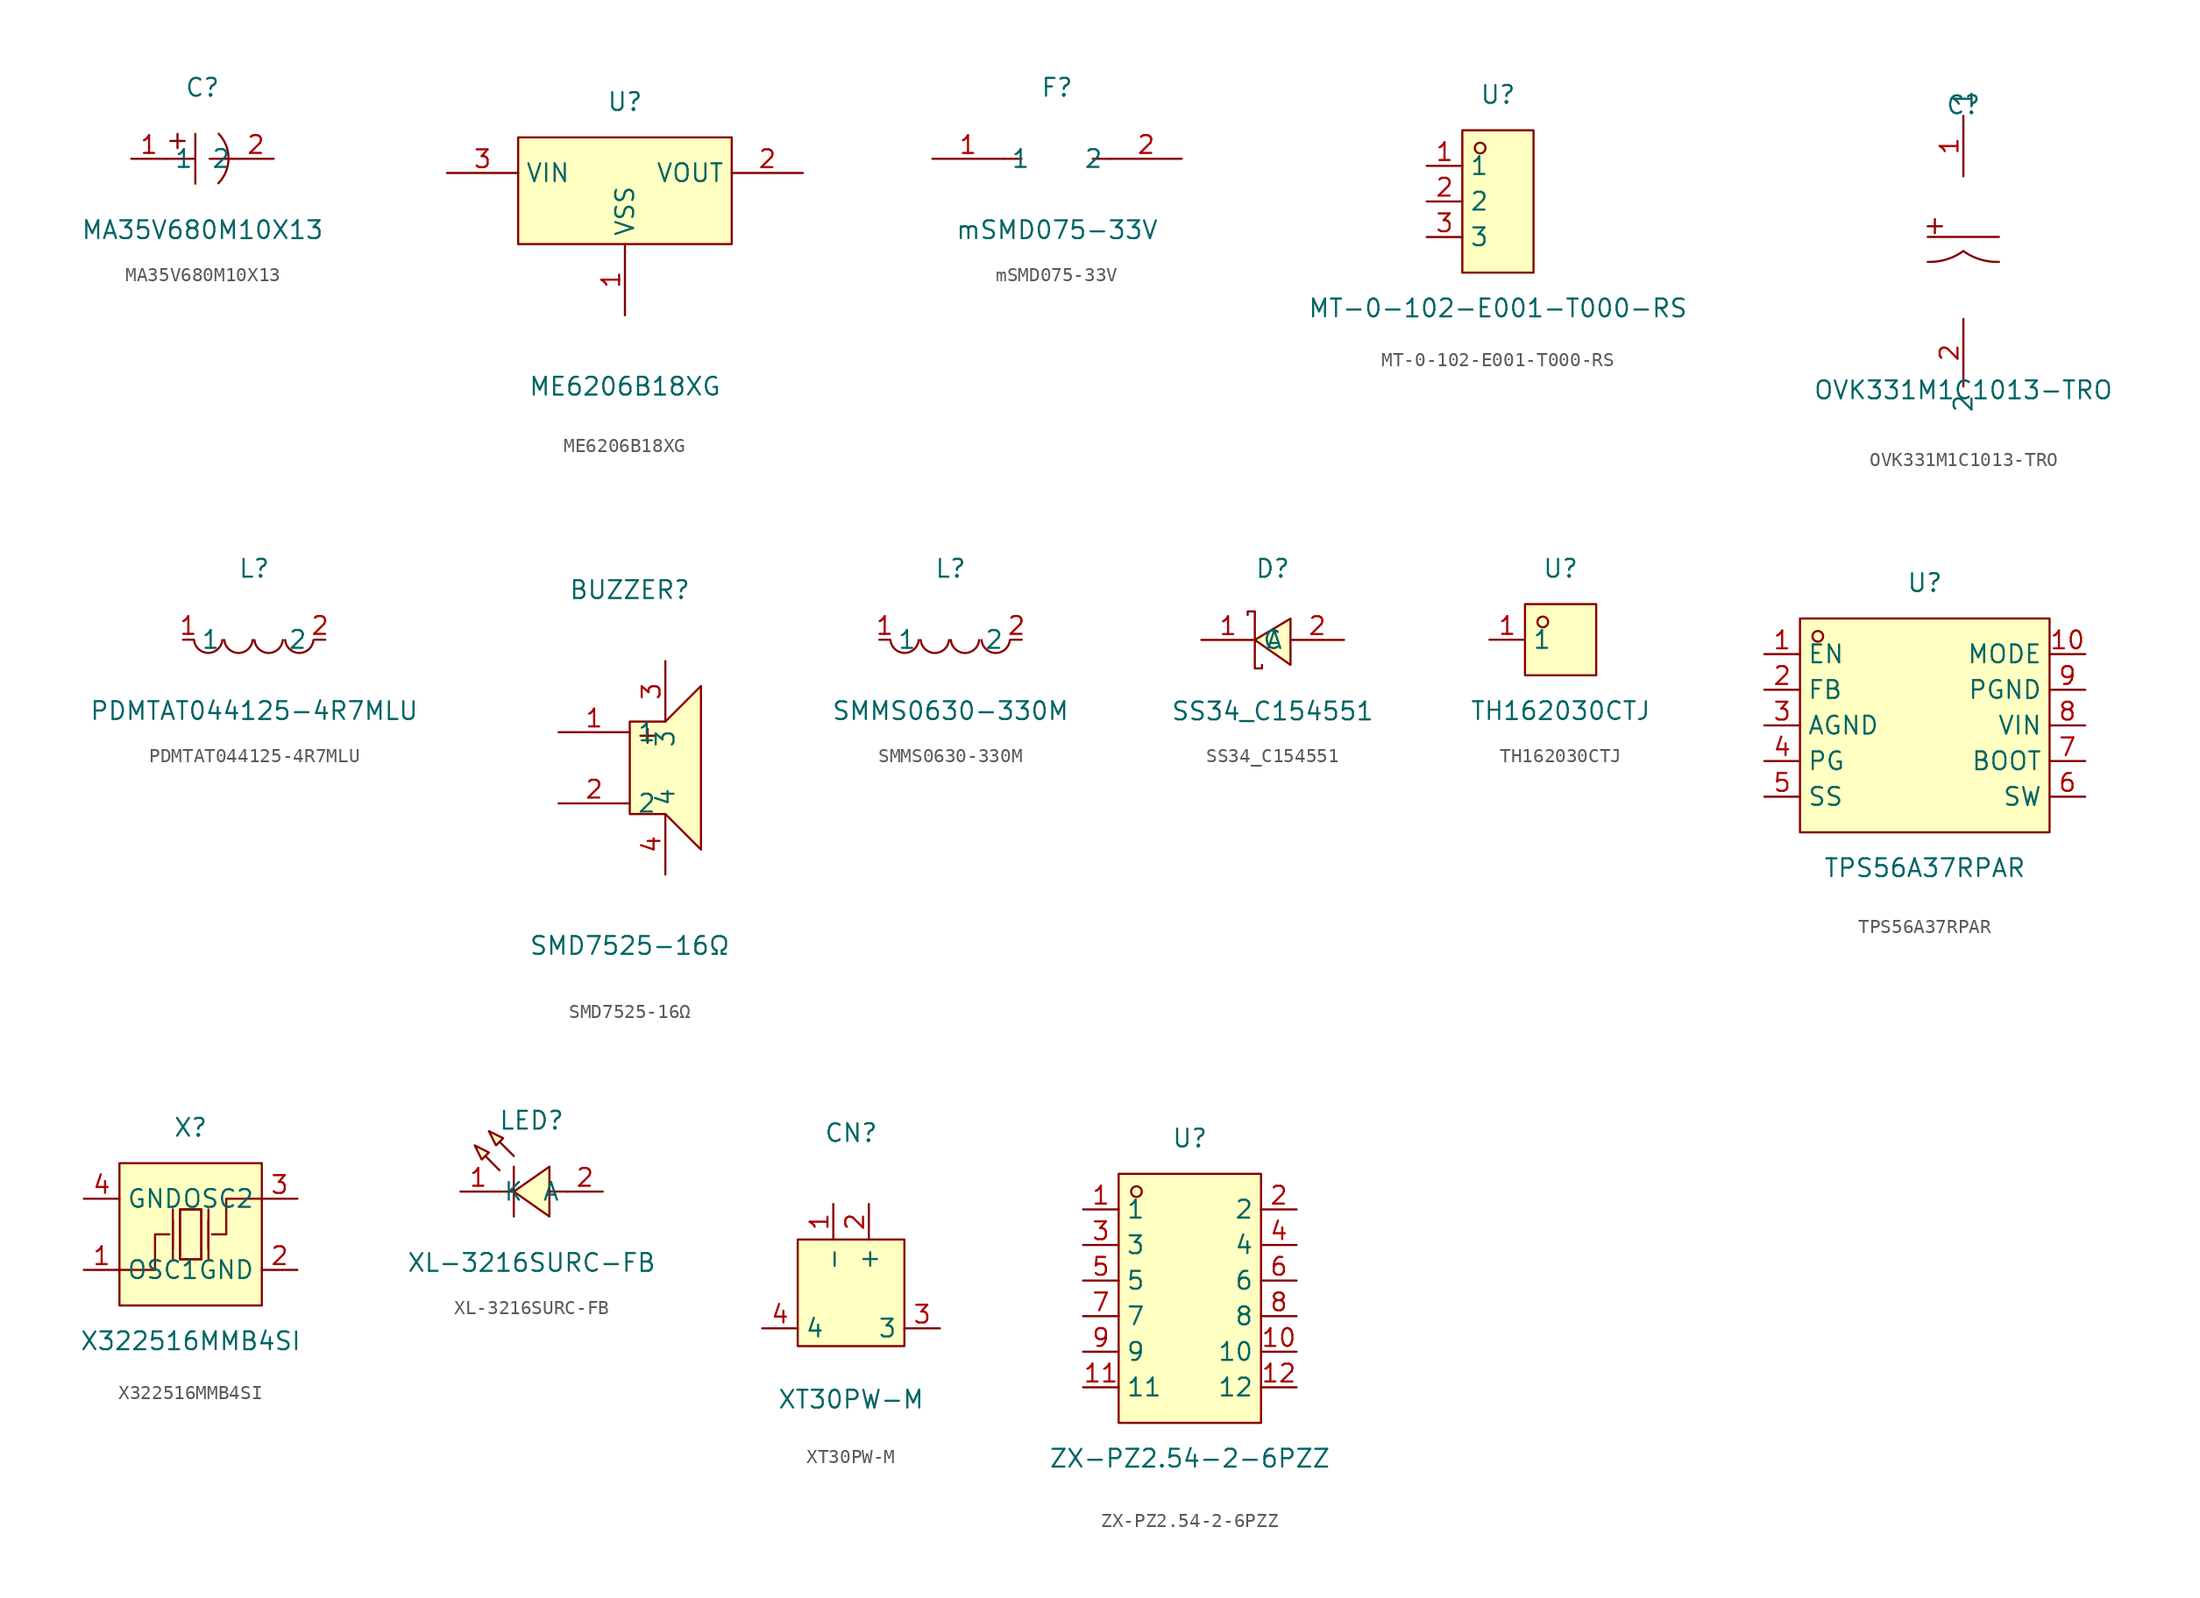
<source format=kicad_sym>
(kicad_symbol_lib
  (version 20211014)
  (generator https://github.com/uPesy/easyeda2kicad.py)
  (symbol "MA35V680M10X13"
    (property "Reference" "C"
      (at 0 5.08 0)
      (effects (font (size 1.27 1.27))))
    (property "Value" "MA35V680M10X13"
      (at 0 -5.08 0)
      (effects (font (size 1.27 1.27))))
    (symbol "MA35V680M10X13_0_1"
      (arc (start 1.13 -1.75) (mid 5.47 -0.41) (end 1.15 1.79) (stroke (width 0) (type default) (color 0 0 0 0)) (fill (type none)))
      (polyline (pts (xy -0.51 1.78) (xy -0.51 -1.78)) (stroke (width 0) (type default) (color 0 0 0 0)) (fill (type none)))
      (polyline (pts (xy -2.54 -0.00) (xy -0.51 -0.00)) (stroke (width 0) (type default) (color 0 0 0 0)) (fill (type none)))
      (polyline (pts (xy 0.51 -0.00) (xy 2.54 -0.00)) (stroke (width 0) (type default) (color 0 0 0 0)) (fill (type none)))
      (polyline (pts (xy -2.29 1.27) (xy -1.27 1.27)) (stroke (width 0) (type default) (color 0 0 0 0)) (fill (type none)))
      (polyline (pts (xy -1.78 1.78) (xy -1.78 0.76)) (stroke (width 0) (type default) (color 0 0 0 0)) (fill (type none)))
      (pin input line (at -5.08 -0.00 0) (length 2.54) (name "1" (effects (font (size 1.27 1.27)))) (number "1" (effects (font (size 1.27 1.27)))))
      (pin input line (at 5.08 -0.00 180) (length 2.54) (name "2" (effects (font (size 1.27 1.27)))) (number "2" (effects (font (size 1.27 1.27)))))))
  (symbol "ME6206B18XG"
    (property "Reference" "U"
      (at 0 5.08 0)
      (effects (font (size 1.27 1.27))))
    (property "Value" "ME6206B18XG"
      (at 0 -15.24 0)
      (effects (font (size 1.27 1.27))))
    (symbol "ME6206B18XG_0_1"
      (rectangle (start -7.62 2.54) (end 7.62 -5.08) (stroke (width 0) (type default) (color 0 0 0 0)) (fill (type background)))
      (pin power_in line (at -12.70 -0.00 0) (length 5.08) (name "VIN" (effects (font (size 1.27 1.27)))) (number "3" (effects (font (size 1.27 1.27)))))
      (pin power_in line (at 0.00 -10.16 90) (length 5.08) (name "VSS" (effects (font (size 1.27 1.27)))) (number "1" (effects (font (size 1.27 1.27)))))
      (pin power_in line (at 12.70 -0.00 180) (length 5.08) (name "VOUT" (effects (font (size 1.27 1.27)))) (number "2" (effects (font (size 1.27 1.27)))))))
  (symbol "mSMD075-33V"
    (property "Reference" "F"
      (at 0 3.81 0)
      (effects (font (size 1.27 1.27))))
    (property "Value" "mSMD075-33V"
      (at 0 -6.35 0)
      (effects (font (size 1.27 1.27))))
    (symbol "mSMD075-33V_0_1"
      (polyline (pts (xy -2.54 -1.27)) (stroke (width 0) (type default) (color 0 0 0 0)) (fill (type background)))
      (polyline (pts (xy -3.81 -1.27) (xy -2.54 -1.27)) (stroke (width 0) (type default) (color 0 0 0 0)) (fill (type none)))
      (polyline (pts (xy 2.54 -1.27) (xy 3.81 -1.27)) (stroke (width 0) (type default) (color 0 0 0 0)) (fill (type none)))
      (pin unspecified line (at -8.89 -1.27 0) (length 5.08) (name "1" (effects (font (size 1.27 1.27)))) (number "1" (effects (font (size 1.27 1.27)))))
      (pin unspecified line (at 8.89 -1.27 180) (length 5.08) (name "2" (effects (font (size 1.27 1.27)))) (number "2" (effects (font (size 1.27 1.27)))))))
  (symbol "MT-0-102-E001-T000-RS"
    (property "Reference" "U"
      (at 0 7.62 0)
      (effects (font (size 1.27 1.27))))
    (property "Value" "MT-0-102-E001-T000-RS"
      (at 0 -7.62 0)
      (effects (font (size 1.27 1.27))))
    (symbol "MT-0-102-E001-T000-RS_0_1"
      (rectangle (start -2.54 5.08) (end 2.54 -5.08) (stroke (width 0) (type default) (color 0 0 0 0)) (fill (type background)))
      (circle (center -1.27 3.81) (radius 0.38) (stroke (width 0) (type default) (color 0 0 0 0)) (fill (type none)))
      (pin unspecified line (at -5.08 2.54 0) (length 2.54) (name "1" (effects (font (size 1.27 1.27)))) (number "1" (effects (font (size 1.27 1.27)))))
      (pin unspecified line (at -5.08 -0.00 0) (length 2.54) (name "2" (effects (font (size 1.27 1.27)))) (number "2" (effects (font (size 1.27 1.27)))))
      (pin unspecified line (at -5.08 -2.54 0) (length 2.54) (name "3" (effects (font (size 1.27 1.27)))) (number "3" (effects (font (size 1.27 1.27)))))))
  (symbol "OVK331M1C1013-TRO"
    (property "Reference" "C"
      (at 0 10.16 0)
      (effects (font (size 1.27 1.27))))
    (property "Value" "OVK331M1C1013-TRO"
      (at 0 -10.16 0)
      (effects (font (size 1.27 1.27))))
    (symbol "OVK331M1C1013-TRO_0_1"
      (rectangle (start -2.54 1.52) (end -1.52 1.52) (stroke (width 0) (type default) (color 0 0 0 0)) (fill (type background)))
      (rectangle (start -2.03 2.03) (end -2.03 1.02) (stroke (width 0) (type default) (color 0 0 0 0)) (fill (type background)))
      (arc (start 0.00 -0.25) (mid 4.23 -4.70) (end 2.54 -1.02) (stroke (width 0) (type default) (color 0 0 0 0)) (fill (type none)))
      (arc (start -2.54 -1.02) (mid 3.94 -3.72) (end 0.00 -0.25) (stroke (width 0) (type default) (color 0 0 0 0)) (fill (type none)))
      (polyline (pts (xy -2.54 0.76) (xy 2.54 0.76)) (stroke (width 0) (type default) (color 0 0 0 0)) (fill (type none)))
      (pin unspecified line (at 0.00 5.08 90) (length 4.318) (name "1" (effects (font (size 1.27 1.27)))) (number "1" (effects (font (size 1.27 1.27)))))
      (pin unspecified line (at 0.00 -5.08 270) (length 4.826) (name "2" (effects (font (size 1.27 1.27)))) (number "2" (effects (font (size 1.27 1.27)))))))
  (symbol "PDMTAT044125-4R7MLU"
    (property "Reference" "L"
      (at 0 5.08 0)
      (effects (font (size 1.27 1.27))))
    (property "Value" "PDMTAT044125-4R7MLU"
      (at 0 -5.08 0)
      (effects (font (size 1.27 1.27))))
    (symbol "PDMTAT044125-4R7MLU_0_1"
      (arc (start 2.21 -0.02) (mid 3.68 -1.01) (end 4.23 -0.02) (stroke (width 0) (type default) (color 0 0 0 0)) (fill (type none)))
      (arc (start 0.02 -0.02) (mid 1.49 -1.01) (end 2.04 -0.02) (stroke (width 0) (type default) (color 0 0 0 0)) (fill (type none)))
      (arc (start -2.13 -0.02) (mid -0.66 -1.01) (end -0.11 -0.02) (stroke (width 0) (type default) (color 0 0 0 0)) (fill (type none)))
      (arc (start -4.29 -0.02) (mid -2.81 -1.01) (end -2.27 -0.02) (stroke (width 0) (type default) (color 0 0 0 0)) (fill (type none)))
      (pin unspecified line (at -5.08 -0.00 0) (length 0.762) (name "1" (effects (font (size 1.27 1.27)))) (number "1" (effects (font (size 1.27 1.27)))))
      (pin unspecified line (at 5.08 -0.00 180) (length 0.762) (name "2" (effects (font (size 1.27 1.27)))) (number "2" (effects (font (size 1.27 1.27)))))))
  (symbol "SMD7525-16Ω"
    (property "Reference" "BUZZER"
      (at 0 12.70 0)
      (effects (font (size 1.27 1.27))))
    (property "Value" "SMD7525-16Ω"
      (at 0 -12.70 0)
      (effects (font (size 1.27 1.27))))
    (symbol "SMD7525-16Ω_0_1"
      (polyline (pts (xy 1.27 2.79) (xy 1.27 1.78)) (stroke (width 0) (type default) (color 0 0 0 0)) (fill (type none)))
      (polyline (pts (xy 0.76 2.29) (xy 1.78 2.29)) (stroke (width 0) (type default) (color 0 0 0 0)) (fill (type none)))
      (polyline (pts (xy 0.00 1.78) (xy 0.00 -3.30) (xy 2.54 -3.30) (xy 5.08 -5.84) (xy 5.08 5.84) (xy 2.54 3.30) (xy 0.00 3.30) (xy 0.00 1.78)) (stroke (width 0) (type default) (color 0 0 0 0)) (fill (type background)))
      (pin unspecified line (at 2.54 -7.62 90) (length 4.318) (name "4" (effects (font (size 1.27 1.27)))) (number "4" (effects (font (size 1.27 1.27)))))
      (pin unspecified line (at 2.54 7.62 270) (length 4.318) (name "3" (effects (font (size 1.27 1.27)))) (number "3" (effects (font (size 1.27 1.27)))))
      (pin unspecified line (at -5.08 -2.54 0) (length 5.08) (name "2" (effects (font (size 1.27 1.27)))) (number "2" (effects (font (size 1.27 1.27)))))
      (pin unspecified line (at -5.08 2.54 0) (length 5.08) (name "1" (effects (font (size 1.27 1.27)))) (number "1" (effects (font (size 1.27 1.27)))))))
  (symbol "SMMS0630-330M"
    (property "Reference" "L"
      (at 0 5.08 0)
      (effects (font (size 1.27 1.27))))
    (property "Value" "SMMS0630-330M"
      (at 0 -5.08 0)
      (effects (font (size 1.27 1.27))))
    (symbol "SMMS0630-330M_0_1"
      (arc (start -4.29 -0.02) (mid -2.81 -1.01) (end -2.27 -0.02) (stroke (width 0) (type default) (color 0 0 0 0)) (fill (type none)))
      (arc (start -2.13 -0.02) (mid -0.66 -1.01) (end -0.11 -0.02) (stroke (width 0) (type default) (color 0 0 0 0)) (fill (type none)))
      (arc (start 0.02 -0.02) (mid 1.49 -1.01) (end 2.04 -0.02) (stroke (width 0) (type default) (color 0 0 0 0)) (fill (type none)))
      (arc (start 2.21 -0.02) (mid 3.68 -1.01) (end 4.23 -0.02) (stroke (width 0) (type default) (color 0 0 0 0)) (fill (type none)))
      (pin unspecified line (at 5.08 -0.00 180) (length 0.762) (name "2" (effects (font (size 1.27 1.27)))) (number "2" (effects (font (size 1.27 1.27)))))
      (pin unspecified line (at -5.08 -0.00 0) (length 0.762) (name "1" (effects (font (size 1.27 1.27)))) (number "1" (effects (font (size 1.27 1.27)))))))
  (symbol "SS34_C154551"
    (property "Reference" "D"
      (at 0 5.08 0)
      (effects (font (size 1.27 1.27))))
    (property "Value" "SS34_C154551"
      (at 0 -5.08 0)
      (effects (font (size 1.27 1.27))))
    (symbol "SS34_C154551_0_1"
      (polyline (pts (xy 1.27 1.52) (xy -1.27 -0.00) (xy 1.27 -1.78) (xy 1.27 1.52)) (stroke (width 0) (type default) (color 0 0 0 0)) (fill (type background)))
      (polyline (pts (xy -1.78 1.78) (xy -1.78 2.03) (xy -1.27 2.03) (xy -1.27 -2.03) (xy -0.76 -2.03) (xy -0.76 -1.78)) (stroke (width 0) (type default) (color 0 0 0 0)) (fill (type none)))
      (pin unspecified line (at 5.08 -0.00 180) (length 3.81) (name "A" (effects (font (size 1.27 1.27)))) (number "2" (effects (font (size 1.27 1.27)))))
      (pin unspecified line (at -5.08 -0.00 0) (length 3.81) (name "C" (effects (font (size 1.27 1.27)))) (number "1" (effects (font (size 1.27 1.27)))))))
  (symbol "TH162030CTJ"
    (property "Reference" "U"
      (at 0 5.08 0)
      (effects (font (size 1.27 1.27))))
    (property "Value" "TH162030CTJ"
      (at 0 -5.08 0)
      (effects (font (size 1.27 1.27))))
    (symbol "TH162030CTJ_0_1"
      (rectangle (start -2.54 2.54) (end 2.54 -2.54) (stroke (width 0) (type default) (color 0 0 0 0)) (fill (type background)))
      (circle (center -1.27 1.27) (radius 0.38) (stroke (width 0) (type default) (color 0 0 0 0)) (fill (type none)))
      (pin unspecified line (at -5.08 -0.00 0) (length 2.54) (name "1" (effects (font (size 1.27 1.27)))) (number "1" (effects (font (size 1.27 1.27)))))))
  (symbol "TPS56A37RPAR"
    (property "Reference" "U"
      (at 0 10.16 0)
      (effects (font (size 1.27 1.27))))
    (property "Value" "TPS56A37RPAR"
      (at 0 -10.16 0)
      (effects (font (size 1.27 1.27))))
    (symbol "TPS56A37RPAR_0_1"
      (rectangle (start -8.89 7.62) (end 8.89 -7.62) (stroke (width 0) (type default) (color 0 0 0 0)) (fill (type background)))
      (circle (center -7.62 6.35) (radius 0.38) (stroke (width 0) (type default) (color 0 0 0 0)) (fill (type none)))
      (pin unspecified line (at -11.43 5.08 0) (length 2.54) (name "EN" (effects (font (size 1.27 1.27)))) (number "1" (effects (font (size 1.27 1.27)))))
      (pin unspecified line (at -11.43 2.54 0) (length 2.54) (name "FB" (effects (font (size 1.27 1.27)))) (number "2" (effects (font (size 1.27 1.27)))))
      (pin unspecified line (at -11.43 -0.00 0) (length 2.54) (name "AGND" (effects (font (size 1.27 1.27)))) (number "3" (effects (font (size 1.27 1.27)))))
      (pin unspecified line (at -11.43 -2.54 0) (length 2.54) (name "PG" (effects (font (size 1.27 1.27)))) (number "4" (effects (font (size 1.27 1.27)))))
      (pin unspecified line (at -11.43 -5.08 0) (length 2.54) (name "SS" (effects (font (size 1.27 1.27)))) (number "5" (effects (font (size 1.27 1.27)))))
      (pin unspecified line (at 11.43 -5.08 180) (length 2.54) (name "SW" (effects (font (size 1.27 1.27)))) (number "6" (effects (font (size 1.27 1.27)))))
      (pin unspecified line (at 11.43 -2.54 180) (length 2.54) (name "BOOT" (effects (font (size 1.27 1.27)))) (number "7" (effects (font (size 1.27 1.27)))))
      (pin unspecified line (at 11.43 -0.00 180) (length 2.54) (name "VIN" (effects (font (size 1.27 1.27)))) (number "8" (effects (font (size 1.27 1.27)))))
      (pin unspecified line (at 11.43 2.54 180) (length 2.54) (name "PGND" (effects (font (size 1.27 1.27)))) (number "9" (effects (font (size 1.27 1.27)))))
      (pin unspecified line (at 11.43 5.08 180) (length 2.54) (name "MODE" (effects (font (size 1.27 1.27)))) (number "10" (effects (font (size 1.27 1.27)))))))
  (symbol "X322516MMB4SI"
    (property "Reference" "X"
      (at 0 7.62 0)
      (effects (font (size 1.27 1.27))))
    (property "Value" "X322516MMB4SI"
      (at 0 -7.62 0)
      (effects (font (size 1.27 1.27))))
    (symbol "X322516MMB4SI_0_1"
      (rectangle (start -5.08 5.08) (end 5.08 -5.08) (stroke (width 0) (type default) (color 0 0 0 0)) (fill (type background)))
      (polyline (pts (xy -1.27 -1.02) (xy -1.27 1.02)) (stroke (width 0) (type default) (color 0 0 0 0)) (fill (type none)))
      (polyline (pts (xy 0.76 -1.78) (xy -0.76 -1.78)) (stroke (width 0) (type default) (color 0 0 0 0)) (fill (type none)))
      (polyline (pts (xy 1.27 -1.02) (xy 1.27 1.02)) (stroke (width 0) (type default) (color 0 0 0 0)) (fill (type none)))
      (polyline (pts (xy -0.76 -1.78) (xy -0.76 1.78) (xy 0.76 1.78) (xy 0.76 -1.78)) (stroke (width 0) (type default) (color 0 0 0 0)) (fill (type none)))
      (polyline (pts (xy 5.08 2.54) (xy 2.54 2.54) (xy 2.54 -0.00) (xy 1.52 -0.00)) (stroke (width 0) (type default) (color 0 0 0 0)) (fill (type none)))
      (polyline (pts (xy -5.08 -2.54) (xy -2.54 -2.54) (xy -2.54 -0.00) (xy -1.52 -0.00)) (stroke (width 0) (type default) (color 0 0 0 0)) (fill (type none)))
      (polyline (pts (xy 1.27 -1.78) (xy 1.27 1.78)) (stroke (width 0) (type default) (color 0 0 0 0)) (fill (type none)))
      (polyline (pts (xy -1.27 -1.78) (xy -1.27 1.78)) (stroke (width 0) (type default) (color 0 0 0 0)) (fill (type none)))
      (polyline (pts (xy 0.76 1.78) (xy 0.76 -1.78) (xy -0.76 -1.78) (xy -0.76 1.78) (xy 0.76 1.78)) (stroke (width 0) (type default) (color 0 0 0 0)) (fill (type background)))
      (pin unspecified line (at -7.62 2.54 0) (length 2.54) (name "GND" (effects (font (size 1.27 1.27)))) (number "4" (effects (font (size 1.27 1.27)))))
      (pin unspecified line (at 7.62 -2.54 180) (length 2.54) (name "GND" (effects (font (size 1.27 1.27)))) (number "2" (effects (font (size 1.27 1.27)))))
      (pin unspecified line (at -7.62 -2.54 0) (length 2.54) (name "OSC1" (effects (font (size 1.27 1.27)))) (number "1" (effects (font (size 1.27 1.27)))))
      (pin unspecified line (at 7.62 2.54 180) (length 2.54) (name "OSC2" (effects (font (size 1.27 1.27)))) (number "3" (effects (font (size 1.27 1.27)))))))
  (symbol "XL-3216SURC-FB"
    (property "Reference" "LED"
      (at 0 5.08 0)
      (effects (font (size 1.27 1.27))))
    (property "Value" "XL-3216SURC-FB"
      (at 0 -5.08 0)
      (effects (font (size 1.27 1.27))))
    (symbol "XL-3216SURC-FB_0_1"
      (polyline (pts (xy -4.06 3.30) (xy -3.05 2.79) (xy -3.56 2.29) (xy -4.06 3.30)) (stroke (width 0) (type default) (color 0 0 0 0)) (fill (type background)))
      (polyline (pts (xy -3.05 4.32) (xy -2.03 3.81) (xy -2.54 3.30) (xy -3.05 4.32)) (stroke (width 0) (type default) (color 0 0 0 0)) (fill (type background)))
      (polyline (pts (xy 1.27 1.78) (xy -1.27 -0.00) (xy 1.27 -1.78) (xy 1.27 1.78)) (stroke (width 0) (type default) (color 0 0 0 0)) (fill (type background)))
      (polyline (pts (xy -2.29 1.52) (xy -3.30 2.54) (xy -2.29 1.52)) (stroke (width 0) (type default) (color 0 0 0 0)) (fill (type background)))
      (polyline (pts (xy -1.27 2.54) (xy -2.29 3.56) (xy -1.27 2.54)) (stroke (width 0) (type default) (color 0 0 0 0)) (fill (type background)))
      (polyline (pts (xy -1.27 -0.00) (xy -2.54 -0.00)) (stroke (width 0) (type default) (color 0 0 0 0)) (fill (type none)))
      (polyline (pts (xy 2.54 -0.00) (xy 1.27 -0.00)) (stroke (width 0) (type default) (color 0 0 0 0)) (fill (type none)))
      (polyline (pts (xy -1.27 1.78) (xy -1.27 -1.78)) (stroke (width 0) (type default) (color 0 0 0 0)) (fill (type none)))
      (pin unspecified line (at -5.08 -0.00 0) (length 2.54) (name "K" (effects (font (size 1.27 1.27)))) (number "1" (effects (font (size 1.27 1.27)))))
      (pin unspecified line (at 5.08 -0.00 180) (length 2.54) (name "A" (effects (font (size 1.27 1.27)))) (number "2" (effects (font (size 1.27 1.27)))))))
  (symbol "XT30PW-M"
    (property "Reference" "CN"
      (at 0 10.16 0)
      (effects (font (size 1.27 1.27))))
    (property "Value" "XT30PW-M"
      (at 0 -8.89 0)
      (effects (font (size 1.27 1.27))))
    (symbol "XT30PW-M_0_1"
      (rectangle (start -3.81 2.54) (end 3.81 -5.08) (stroke (width 0) (type default) (color 0 0 0 0)) (fill (type background)))
      (pin unspecified line (at -1.27 5.08 270) (length 2.54) (name "-" (effects (font (size 1.27 1.27)))) (number "1" (effects (font (size 1.27 1.27)))))
      (pin unspecified line (at 1.27 5.08 270) (length 2.54) (name "+" (effects (font (size 1.27 1.27)))) (number "2" (effects (font (size 1.27 1.27)))))
      (pin unspecified line (at 6.35 -3.81 180) (length 2.54) (name "3" (effects (font (size 1.27 1.27)))) (number "3" (effects (font (size 1.27 1.27)))))
      (pin unspecified line (at -6.35 -3.81 0) (length 2.54) (name "4" (effects (font (size 1.27 1.27)))) (number "4" (effects (font (size 1.27 1.27)))))))
  (symbol "ZX-PZ2.54-2-6PZZ"
    (property "Reference" "U"
      (at 0 11.43 0)
      (effects (font (size 1.27 1.27))))
    (property "Value" "ZX-PZ2.54-2-6PZZ"
      (at 0 -11.43 0)
      (effects (font (size 1.27 1.27))))
    (symbol "ZX-PZ2.54-2-6PZZ_0_1"
      (rectangle (start -5.08 8.89) (end 5.08 -8.89) (stroke (width 0) (type default) (color 0 0 0 0)) (fill (type background)))
      (circle (center -3.81 7.62) (radius 0.38) (stroke (width 0) (type default) (color 0 0 0 0)) (fill (type none)))
      (pin unspecified line (at -7.62 6.35 0) (length 2.54) (name "1" (effects (font (size 1.27 1.27)))) (number "1" (effects (font (size 1.27 1.27)))))
      (pin unspecified line (at 7.62 -6.35 180) (length 2.54) (name "12" (effects (font (size 1.27 1.27)))) (number "12" (effects (font (size 1.27 1.27)))))
      (pin unspecified line (at -7.62 3.81 0) (length 2.54) (name "3" (effects (font (size 1.27 1.27)))) (number "3" (effects (font (size 1.27 1.27)))))
      (pin unspecified line (at 7.62 -3.81 180) (length 2.54) (name "10" (effects (font (size 1.27 1.27)))) (number "10" (effects (font (size 1.27 1.27)))))
      (pin unspecified line (at -7.62 1.27 0) (length 2.54) (name "5" (effects (font (size 1.27 1.27)))) (number "5" (effects (font (size 1.27 1.27)))))
      (pin unspecified line (at 7.62 -1.27 180) (length 2.54) (name "8" (effects (font (size 1.27 1.27)))) (number "8" (effects (font (size 1.27 1.27)))))
      (pin unspecified line (at -7.62 -1.27 0) (length 2.54) (name "7" (effects (font (size 1.27 1.27)))) (number "7" (effects (font (size 1.27 1.27)))))
      (pin unspecified line (at 7.62 1.27 180) (length 2.54) (name "6" (effects (font (size 1.27 1.27)))) (number "6" (effects (font (size 1.27 1.27)))))
      (pin unspecified line (at -7.62 -3.81 0) (length 2.54) (name "9" (effects (font (size 1.27 1.27)))) (number "9" (effects (font (size 1.27 1.27)))))
      (pin unspecified line (at 7.62 3.81 180) (length 2.54) (name "4" (effects (font (size 1.27 1.27)))) (number "4" (effects (font (size 1.27 1.27)))))
      (pin unspecified line (at -7.62 -6.35 0) (length 2.54) (name "11" (effects (font (size 1.27 1.27)))) (number "11" (effects (font (size 1.27 1.27)))))
      (pin unspecified line (at 7.62 6.35 180) (length 2.54) (name "2" (effects (font (size 1.27 1.27)))) (number "2" (effects (font (size 1.27 1.27))))))))
</source>
